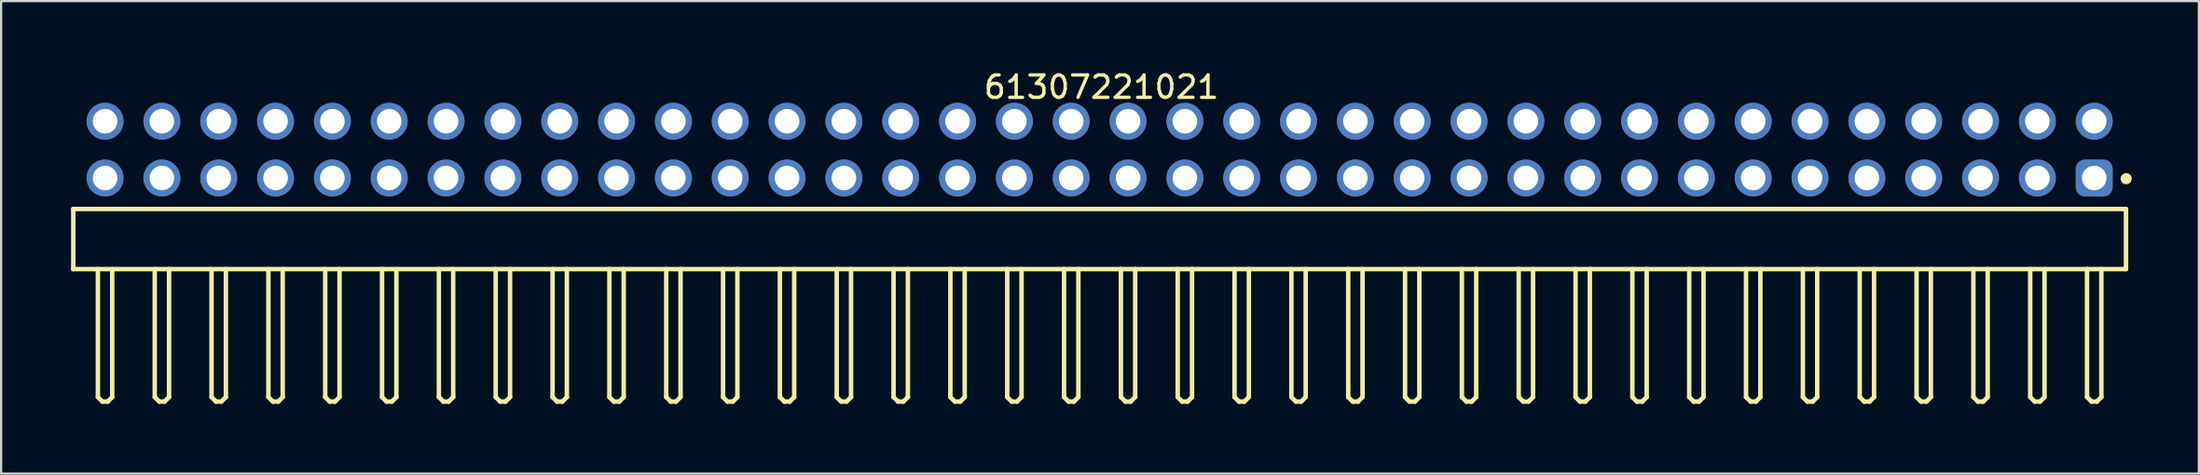
<source format=kicad_pcb>
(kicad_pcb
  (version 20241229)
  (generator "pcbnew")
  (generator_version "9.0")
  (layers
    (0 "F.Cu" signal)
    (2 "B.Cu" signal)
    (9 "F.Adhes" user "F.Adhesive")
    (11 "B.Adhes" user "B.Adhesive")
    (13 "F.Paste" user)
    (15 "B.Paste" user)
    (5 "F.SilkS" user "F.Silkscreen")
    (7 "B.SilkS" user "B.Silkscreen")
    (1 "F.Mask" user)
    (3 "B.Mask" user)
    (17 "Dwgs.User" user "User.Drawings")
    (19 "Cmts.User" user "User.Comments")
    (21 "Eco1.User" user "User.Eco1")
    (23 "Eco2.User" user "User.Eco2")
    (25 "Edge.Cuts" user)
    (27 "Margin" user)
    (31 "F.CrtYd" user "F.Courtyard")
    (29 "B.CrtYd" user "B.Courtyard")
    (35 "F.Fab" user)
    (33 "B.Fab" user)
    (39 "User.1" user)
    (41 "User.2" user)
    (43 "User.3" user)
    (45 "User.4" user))
  (footprint "61307221021"
    (layer "F.Cu")
    (at 46.095 7.643)
    (property "Reference" "61307221021" (at 0.08 -6.795 0) (layer "F.SilkS") (effects (font (size 1 1) (thickness 0.15))))
    (fp_line (start -45.87 -1.345) (end 45.87 -1.345) (stroke (width 0.2) (type solid)) (layer "F.SilkS"))
    (fp_line (start -45.87 1.345) (end -45.87 -1.345) (stroke (width 0.2) (type solid)) (layer "F.SilkS"))
    (fp_line (start -45.87 1.345) (end 45.87 1.345) (stroke (width 0.2) (type solid)) (layer "F.SilkS"))
    (fp_line (start -44.77 7.07) (end -44.77 1.345) (stroke (width 0.2) (type solid)) (layer "F.SilkS"))
    (fp_line (start -44.77 7.07) (end -44.57 7.27) (stroke (width 0.2) (type solid)) (layer "F.SilkS"))
    (fp_line (start -44.57 7.27) (end -44.33 7.27) (stroke (width 0.2) (type solid)) (layer "F.SilkS"))
    (fp_line (start -44.33 7.27) (end -44.13 7.07) (stroke (width 0.2) (type solid)) (layer "F.SilkS"))
    (fp_line (start -44.13 7.07) (end -44.13 1.345) (stroke (width 0.2) (type solid)) (layer "F.SilkS"))
    (fp_line (start -42.23 7.07) (end -42.23 1.345) (stroke (width 0.2) (type solid)) (layer "F.SilkS"))
    (fp_line (start -42.23 7.07) (end -42.03 7.27) (stroke (width 0.2) (type solid)) (layer "F.SilkS"))
    (fp_line (start -42.03 7.27) (end -41.79 7.27) (stroke (width 0.2) (type solid)) (layer "F.SilkS"))
    (fp_line (start -41.79 7.27) (end -41.59 7.07) (stroke (width 0.2) (type solid)) (layer "F.SilkS"))
    (fp_line (start -41.59 7.07) (end -41.59 1.345) (stroke (width 0.2) (type solid)) (layer "F.SilkS"))
    (fp_line (start -39.69 7.07) (end -39.69 1.345) (stroke (width 0.2) (type solid)) (layer "F.SilkS"))
    (fp_line (start -39.69 7.07) (end -39.49 7.27) (stroke (width 0.2) (type solid)) (layer "F.SilkS"))
    (fp_line (start -39.49 7.27) (end -39.25 7.27) (stroke (width 0.2) (type solid)) (layer "F.SilkS"))
    (fp_line (start -39.25 7.27) (end -39.05 7.07) (stroke (width 0.2) (type solid)) (layer "F.SilkS"))
    (fp_line (start -39.05 7.07) (end -39.05 1.345) (stroke (width 0.2) (type solid)) (layer "F.SilkS"))
    (fp_line (start -37.15 7.07) (end -37.15 1.345) (stroke (width 0.2) (type solid)) (layer "F.SilkS"))
    (fp_line (start -37.15 7.07) (end -36.95 7.27) (stroke (width 0.2) (type solid)) (layer "F.SilkS"))
    (fp_line (start -36.95 7.27) (end -36.71 7.27) (stroke (width 0.2) (type solid)) (layer "F.SilkS"))
    (fp_line (start -36.71 7.27) (end -36.51 7.07) (stroke (width 0.2) (type solid)) (layer "F.SilkS"))
    (fp_line (start -36.51 7.07) (end -36.51 1.345) (stroke (width 0.2) (type solid)) (layer "F.SilkS"))
    (fp_line (start -34.61 7.07) (end -34.61 1.345) (stroke (width 0.2) (type solid)) (layer "F.SilkS"))
    (fp_line (start -34.61 7.07) (end -34.41 7.27) (stroke (width 0.2) (type solid)) (layer "F.SilkS"))
    (fp_line (start -34.41 7.27) (end -34.17 7.27) (stroke (width 0.2) (type solid)) (layer "F.SilkS"))
    (fp_line (start -34.17 7.27) (end -33.97 7.07) (stroke (width 0.2) (type solid)) (layer "F.SilkS"))
    (fp_line (start -33.97 7.07) (end -33.97 1.345) (stroke (width 0.2) (type solid)) (layer "F.SilkS"))
    (fp_line (start -32.07 7.07) (end -32.07 1.345) (stroke (width 0.2) (type solid)) (layer "F.SilkS"))
    (fp_line (start -32.07 7.07) (end -31.87 7.27) (stroke (width 0.2) (type solid)) (layer "F.SilkS"))
    (fp_line (start -31.87 7.27) (end -31.63 7.27) (stroke (width 0.2) (type solid)) (layer "F.SilkS"))
    (fp_line (start -31.63 7.27) (end -31.43 7.07) (stroke (width 0.2) (type solid)) (layer "F.SilkS"))
    (fp_line (start -31.43 7.07) (end -31.43 1.345) (stroke (width 0.2) (type solid)) (layer "F.SilkS"))
    (fp_line (start -29.53 7.07) (end -29.53 1.345) (stroke (width 0.2) (type solid)) (layer "F.SilkS"))
    (fp_line (start -29.53 7.07) (end -29.33 7.27) (stroke (width 0.2) (type solid)) (layer "F.SilkS"))
    (fp_line (start -29.33 7.27) (end -29.09 7.27) (stroke (width 0.2) (type solid)) (layer "F.SilkS"))
    (fp_line (start -29.09 7.27) (end -28.89 7.07) (stroke (width 0.2) (type solid)) (layer "F.SilkS"))
    (fp_line (start -28.89 7.07) (end -28.89 1.345) (stroke (width 0.2) (type solid)) (layer "F.SilkS"))
    (fp_line (start -26.99 7.07) (end -26.99 1.345) (stroke (width 0.2) (type solid)) (layer "F.SilkS"))
    (fp_line (start -26.99 7.07) (end -26.79 7.27) (stroke (width 0.2) (type solid)) (layer "F.SilkS"))
    (fp_line (start -26.79 7.27) (end -26.55 7.27) (stroke (width 0.2) (type solid)) (layer "F.SilkS"))
    (fp_line (start -26.55 7.27) (end -26.35 7.07) (stroke (width 0.2) (type solid)) (layer "F.SilkS"))
    (fp_line (start -26.35 7.07) (end -26.35 1.345) (stroke (width 0.2) (type solid)) (layer "F.SilkS"))
    (fp_line (start -24.45 7.07) (end -24.45 1.345) (stroke (width 0.2) (type solid)) (layer "F.SilkS"))
    (fp_line (start -24.45 7.07) (end -24.25 7.27) (stroke (width 0.2) (type solid)) (layer "F.SilkS"))
    (fp_line (start -24.25 7.27) (end -24.01 7.27) (stroke (width 0.2) (type solid)) (layer "F.SilkS"))
    (fp_line (start -24.01 7.27) (end -23.81 7.07) (stroke (width 0.2) (type solid)) (layer "F.SilkS"))
    (fp_line (start -23.81 7.07) (end -23.81 1.345) (stroke (width 0.2) (type solid)) (layer "F.SilkS"))
    (fp_line (start -21.91 7.07) (end -21.91 1.345) (stroke (width 0.2) (type solid)) (layer "F.SilkS"))
    (fp_line (start -21.91 7.07) (end -21.71 7.27) (stroke (width 0.2) (type solid)) (layer "F.SilkS"))
    (fp_line (start -21.71 7.27) (end -21.47 7.27) (stroke (width 0.2) (type solid)) (layer "F.SilkS"))
    (fp_line (start -21.47 7.27) (end -21.27 7.07) (stroke (width 0.2) (type solid)) (layer "F.SilkS"))
    (fp_line (start -21.27 7.07) (end -21.27 1.345) (stroke (width 0.2) (type solid)) (layer "F.SilkS"))
    (fp_line (start -19.37 7.07) (end -19.37 1.345) (stroke (width 0.2) (type solid)) (layer "F.SilkS"))
    (fp_line (start -19.37 7.07) (end -19.17 7.27) (stroke (width 0.2) (type solid)) (layer "F.SilkS"))
    (fp_line (start -19.17 7.27) (end -18.93 7.27) (stroke (width 0.2) (type solid)) (layer "F.SilkS"))
    (fp_line (start -18.93 7.27) (end -18.73 7.07) (stroke (width 0.2) (type solid)) (layer "F.SilkS"))
    (fp_line (start -18.73 7.07) (end -18.73 1.345) (stroke (width 0.2) (type solid)) (layer "F.SilkS"))
    (fp_line (start -16.83 7.07) (end -16.83 1.345) (stroke (width 0.2) (type solid)) (layer "F.SilkS"))
    (fp_line (start -16.83 7.07) (end -16.63 7.27) (stroke (width 0.2) (type solid)) (layer "F.SilkS"))
    (fp_line (start -16.63 7.27) (end -16.39 7.27) (stroke (width 0.2) (type solid)) (layer "F.SilkS"))
    (fp_line (start -16.39 7.27) (end -16.19 7.07) (stroke (width 0.2) (type solid)) (layer "F.SilkS"))
    (fp_line (start -16.19 7.07) (end -16.19 1.345) (stroke (width 0.2) (type solid)) (layer "F.SilkS"))
    (fp_line (start -14.29 7.07) (end -14.29 1.345) (stroke (width 0.2) (type solid)) (layer "F.SilkS"))
    (fp_line (start -14.29 7.07) (end -14.09 7.27) (stroke (width 0.2) (type solid)) (layer "F.SilkS"))
    (fp_line (start -14.09 7.27) (end -13.85 7.27) (stroke (width 0.2) (type solid)) (layer "F.SilkS"))
    (fp_line (start -13.85 7.27) (end -13.65 7.07) (stroke (width 0.2) (type solid)) (layer "F.SilkS"))
    (fp_line (start -13.65 7.07) (end -13.65 1.345) (stroke (width 0.2) (type solid)) (layer "F.SilkS"))
    (fp_line (start -11.75 7.07) (end -11.75 1.345) (stroke (width 0.2) (type solid)) (layer "F.SilkS"))
    (fp_line (start -11.75 7.07) (end -11.55 7.27) (stroke (width 0.2) (type solid)) (layer "F.SilkS"))
    (fp_line (start -11.55 7.27) (end -11.31 7.27) (stroke (width 0.2) (type solid)) (layer "F.SilkS"))
    (fp_line (start -11.31 7.27) (end -11.11 7.07) (stroke (width 0.2) (type solid)) (layer "F.SilkS"))
    (fp_line (start -11.11 7.07) (end -11.11 1.345) (stroke (width 0.2) (type solid)) (layer "F.SilkS"))
    (fp_line (start -9.21 7.07) (end -9.21 1.345) (stroke (width 0.2) (type solid)) (layer "F.SilkS"))
    (fp_line (start -9.21 7.07) (end -9.01 7.27) (stroke (width 0.2) (type solid)) (layer "F.SilkS"))
    (fp_line (start -9.01 7.27) (end -8.77 7.27) (stroke (width 0.2) (type solid)) (layer "F.SilkS"))
    (fp_line (start -8.77 7.27) (end -8.57 7.07) (stroke (width 0.2) (type solid)) (layer "F.SilkS"))
    (fp_line (start -8.57 7.07) (end -8.57 1.345) (stroke (width 0.2) (type solid)) (layer "F.SilkS"))
    (fp_line (start -6.67 7.07) (end -6.67 1.345) (stroke (width 0.2) (type solid)) (layer "F.SilkS"))
    (fp_line (start -6.67 7.07) (end -6.47 7.27) (stroke (width 0.2) (type solid)) (layer "F.SilkS"))
    (fp_line (start -6.47 7.27) (end -6.23 7.27) (stroke (width 0.2) (type solid)) (layer "F.SilkS"))
    (fp_line (start -6.23 7.27) (end -6.03 7.07) (stroke (width 0.2) (type solid)) (layer "F.SilkS"))
    (fp_line (start -6.03 7.07) (end -6.03 1.345) (stroke (width 0.2) (type solid)) (layer "F.SilkS"))
    (fp_line (start -4.13 7.07) (end -4.13 1.345) (stroke (width 0.2) (type solid)) (layer "F.SilkS"))
    (fp_line (start -4.13 7.07) (end -3.93 7.27) (stroke (width 0.2) (type solid)) (layer "F.SilkS"))
    (fp_line (start -3.93 7.27) (end -3.69 7.27) (stroke (width 0.2) (type solid)) (layer "F.SilkS"))
    (fp_line (start -3.69 7.27) (end -3.49 7.07) (stroke (width 0.2) (type solid)) (layer "F.SilkS"))
    (fp_line (start -3.49 7.07) (end -3.49 1.345) (stroke (width 0.2) (type solid)) (layer "F.SilkS"))
    (fp_line (start -1.59 7.07) (end -1.59 1.345) (stroke (width 0.2) (type solid)) (layer "F.SilkS"))
    (fp_line (start -1.59 7.07) (end -1.39 7.27) (stroke (width 0.2) (type solid)) (layer "F.SilkS"))
    (fp_line (start -1.39 7.27) (end -1.15 7.27) (stroke (width 0.2) (type solid)) (layer "F.SilkS"))
    (fp_line (start -1.15 7.27) (end -0.95 7.07) (stroke (width 0.2) (type solid)) (layer "F.SilkS"))
    (fp_line (start -0.95 7.07) (end -0.95 1.345) (stroke (width 0.2) (type solid)) (layer "F.SilkS"))
    (fp_line (start 0.95 7.07) (end 0.95 1.345) (stroke (width 0.2) (type solid)) (layer "F.SilkS"))
    (fp_line (start 0.95 7.07) (end 1.15 7.27) (stroke (width 0.2) (type solid)) (layer "F.SilkS"))
    (fp_line (start 1.15 7.27) (end 1.39 7.27) (stroke (width 0.2) (type solid)) (layer "F.SilkS"))
    (fp_line (start 1.39 7.27) (end 1.59 7.07) (stroke (width 0.2) (type solid)) (layer "F.SilkS"))
    (fp_line (start 1.59 7.07) (end 1.59 1.345) (stroke (width 0.2) (type solid)) (layer "F.SilkS"))
    (fp_line (start 3.49 7.07) (end 3.49 1.345) (stroke (width 0.2) (type solid)) (layer "F.SilkS"))
    (fp_line (start 3.49 7.07) (end 3.69 7.27) (stroke (width 0.2) (type solid)) (layer "F.SilkS"))
    (fp_line (start 3.69 7.27) (end 3.93 7.27) (stroke (width 0.2) (type solid)) (layer "F.SilkS"))
    (fp_line (start 3.93 7.27) (end 4.13 7.07) (stroke (width 0.2) (type solid)) (layer "F.SilkS"))
    (fp_line (start 4.13 7.07) (end 4.13 1.345) (stroke (width 0.2) (type solid)) (layer "F.SilkS"))
    (fp_line (start 6.03 7.07) (end 6.03 1.345) (stroke (width 0.2) (type solid)) (layer "F.SilkS"))
    (fp_line (start 6.03 7.07) (end 6.23 7.27) (stroke (width 0.2) (type solid)) (layer "F.SilkS"))
    (fp_line (start 6.23 7.27) (end 6.47 7.27) (stroke (width 0.2) (type solid)) (layer "F.SilkS"))
    (fp_line (start 6.47 7.27) (end 6.67 7.07) (stroke (width 0.2) (type solid)) (layer "F.SilkS"))
    (fp_line (start 6.67 7.07) (end 6.67 1.345) (stroke (width 0.2) (type solid)) (layer "F.SilkS"))
    (fp_line (start 8.57 7.07) (end 8.57 1.345) (stroke (width 0.2) (type solid)) (layer "F.SilkS"))
    (fp_line (start 8.57 7.07) (end 8.77 7.27) (stroke (width 0.2) (type solid)) (layer "F.SilkS"))
    (fp_line (start 8.77 7.27) (end 9.01 7.27) (stroke (width 0.2) (type solid)) (layer "F.SilkS"))
    (fp_line (start 9.01 7.27) (end 9.21 7.07) (stroke (width 0.2) (type solid)) (layer "F.SilkS"))
    (fp_line (start 9.21 7.07) (end 9.21 1.345) (stroke (width 0.2) (type solid)) (layer "F.SilkS"))
    (fp_line (start 11.11 7.07) (end 11.11 1.345) (stroke (width 0.2) (type solid)) (layer "F.SilkS"))
    (fp_line (start 11.11 7.07) (end 11.31 7.27) (stroke (width 0.2) (type solid)) (layer "F.SilkS"))
    (fp_line (start 11.31 7.27) (end 11.55 7.27) (stroke (width 0.2) (type solid)) (layer "F.SilkS"))
    (fp_line (start 11.55 7.27) (end 11.75 7.07) (stroke (width 0.2) (type solid)) (layer "F.SilkS"))
    (fp_line (start 11.75 7.07) (end 11.75 1.345) (stroke (width 0.2) (type solid)) (layer "F.SilkS"))
    (fp_line (start 13.65 7.07) (end 13.65 1.345) (stroke (width 0.2) (type solid)) (layer "F.SilkS"))
    (fp_line (start 13.65 7.07) (end 13.85 7.27) (stroke (width 0.2) (type solid)) (layer "F.SilkS"))
    (fp_line (start 13.85 7.27) (end 14.09 7.27) (stroke (width 0.2) (type solid)) (layer "F.SilkS"))
    (fp_line (start 14.09 7.27) (end 14.29 7.07) (stroke (width 0.2) (type solid)) (layer "F.SilkS"))
    (fp_line (start 14.29 7.07) (end 14.29 1.345) (stroke (width 0.2) (type solid)) (layer "F.SilkS"))
    (fp_line (start 16.19 7.07) (end 16.19 1.345) (stroke (width 0.2) (type solid)) (layer "F.SilkS"))
    (fp_line (start 16.19 7.07) (end 16.39 7.27) (stroke (width 0.2) (type solid)) (layer "F.SilkS"))
    (fp_line (start 16.39 7.27) (end 16.63 7.27) (stroke (width 0.2) (type solid)) (layer "F.SilkS"))
    (fp_line (start 16.63 7.27) (end 16.83 7.07) (stroke (width 0.2) (type solid)) (layer "F.SilkS"))
    (fp_line (start 16.83 7.07) (end 16.83 1.345) (stroke (width 0.2) (type solid)) (layer "F.SilkS"))
    (fp_line (start 18.73 7.07) (end 18.73 1.345) (stroke (width 0.2) (type solid)) (layer "F.SilkS"))
    (fp_line (start 18.73 7.07) (end 18.93 7.27) (stroke (width 0.2) (type solid)) (layer "F.SilkS"))
    (fp_line (start 18.93 7.27) (end 19.17 7.27) (stroke (width 0.2) (type solid)) (layer "F.SilkS"))
    (fp_line (start 19.17 7.27) (end 19.37 7.07) (stroke (width 0.2) (type solid)) (layer "F.SilkS"))
    (fp_line (start 19.37 7.07) (end 19.37 1.345) (stroke (width 0.2) (type solid)) (layer "F.SilkS"))
    (fp_line (start 21.27 7.07) (end 21.27 1.345) (stroke (width 0.2) (type solid)) (layer "F.SilkS"))
    (fp_line (start 21.27 7.07) (end 21.47 7.27) (stroke (width 0.2) (type solid)) (layer "F.SilkS"))
    (fp_line (start 21.47 7.27) (end 21.71 7.27) (stroke (width 0.2) (type solid)) (layer "F.SilkS"))
    (fp_line (start 21.71 7.27) (end 21.91 7.07) (stroke (width 0.2) (type solid)) (layer "F.SilkS"))
    (fp_line (start 21.91 7.07) (end 21.91 1.345) (stroke (width 0.2) (type solid)) (layer "F.SilkS"))
    (fp_line (start 23.81 7.07) (end 23.81 1.345) (stroke (width 0.2) (type solid)) (layer "F.SilkS"))
    (fp_line (start 23.81 7.07) (end 24.01 7.27) (stroke (width 0.2) (type solid)) (layer "F.SilkS"))
    (fp_line (start 24.01 7.27) (end 24.25 7.27) (stroke (width 0.2) (type solid)) (layer "F.SilkS"))
    (fp_line (start 24.25 7.27) (end 24.45 7.07) (stroke (width 0.2) (type solid)) (layer "F.SilkS"))
    (fp_line (start 24.45 7.07) (end 24.45 1.345) (stroke (width 0.2) (type solid)) (layer "F.SilkS"))
    (fp_line (start 26.35 7.07) (end 26.35 1.345) (stroke (width 0.2) (type solid)) (layer "F.SilkS"))
    (fp_line (start 26.35 7.07) (end 26.55 7.27) (stroke (width 0.2) (type solid)) (layer "F.SilkS"))
    (fp_line (start 26.55 7.27) (end 26.79 7.27) (stroke (width 0.2) (type solid)) (layer "F.SilkS"))
    (fp_line (start 26.79 7.27) (end 26.99 7.07) (stroke (width 0.2) (type solid)) (layer "F.SilkS"))
    (fp_line (start 26.99 7.07) (end 26.99 1.345) (stroke (width 0.2) (type solid)) (layer "F.SilkS"))
    (fp_line (start 28.89 7.07) (end 28.89 1.345) (stroke (width 0.2) (type solid)) (layer "F.SilkS"))
    (fp_line (start 28.89 7.07) (end 29.09 7.27) (stroke (width 0.2) (type solid)) (layer "F.SilkS"))
    (fp_line (start 29.09 7.27) (end 29.33 7.27) (stroke (width 0.2) (type solid)) (layer "F.SilkS"))
    (fp_line (start 29.33 7.27) (end 29.53 7.07) (stroke (width 0.2) (type solid)) (layer "F.SilkS"))
    (fp_line (start 29.53 7.07) (end 29.53 1.345) (stroke (width 0.2) (type solid)) (layer "F.SilkS"))
    (fp_line (start 31.43 7.07) (end 31.43 1.345) (stroke (width 0.2) (type solid)) (layer "F.SilkS"))
    (fp_line (start 31.43 7.07) (end 31.63 7.27) (stroke (width 0.2) (type solid)) (layer "F.SilkS"))
    (fp_line (start 31.63 7.27) (end 31.87 7.27) (stroke (width 0.2) (type solid)) (layer "F.SilkS"))
    (fp_line (start 31.87 7.27) (end 32.07 7.07) (stroke (width 0.2) (type solid)) (layer "F.SilkS"))
    (fp_line (start 32.07 7.07) (end 32.07 1.345) (stroke (width 0.2) (type solid)) (layer "F.SilkS"))
    (fp_line (start 33.97 7.07) (end 33.97 1.345) (stroke (width 0.2) (type solid)) (layer "F.SilkS"))
    (fp_line (start 33.97 7.07) (end 34.17 7.27) (stroke (width 0.2) (type solid)) (layer "F.SilkS"))
    (fp_line (start 34.17 7.27) (end 34.41 7.27) (stroke (width 0.2) (type solid)) (layer "F.SilkS"))
    (fp_line (start 34.41 7.27) (end 34.61 7.07) (stroke (width 0.2) (type solid)) (layer "F.SilkS"))
    (fp_line (start 34.61 7.07) (end 34.61 1.345) (stroke (width 0.2) (type solid)) (layer "F.SilkS"))
    (fp_line (start 36.51 7.07) (end 36.51 1.345) (stroke (width 0.2) (type solid)) (layer "F.SilkS"))
    (fp_line (start 36.51 7.07) (end 36.71 7.27) (stroke (width 0.2) (type solid)) (layer "F.SilkS"))
    (fp_line (start 36.71 7.27) (end 36.95 7.27) (stroke (width 0.2) (type solid)) (layer "F.SilkS"))
    (fp_line (start 36.95 7.27) (end 37.15 7.07) (stroke (width 0.2) (type solid)) (layer "F.SilkS"))
    (fp_line (start 37.15 7.07) (end 37.15 1.345) (stroke (width 0.2) (type solid)) (layer "F.SilkS"))
    (fp_line (start 39.05 7.07) (end 39.05 1.345) (stroke (width 0.2) (type solid)) (layer "F.SilkS"))
    (fp_line (start 39.05 7.07) (end 39.25 7.27) (stroke (width 0.2) (type solid)) (layer "F.SilkS"))
    (fp_line (start 39.25 7.27) (end 39.49 7.27) (stroke (width 0.2) (type solid)) (layer "F.SilkS"))
    (fp_line (start 39.49 7.27) (end 39.69 7.07) (stroke (width 0.2) (type solid)) (layer "F.SilkS"))
    (fp_line (start 39.69 7.07) (end 39.69 1.345) (stroke (width 0.2) (type solid)) (layer "F.SilkS"))
    (fp_line (start 41.59 7.07) (end 41.59 1.345) (stroke (width 0.2) (type solid)) (layer "F.SilkS"))
    (fp_line (start 41.59 7.07) (end 41.79 7.27) (stroke (width 0.2) (type solid)) (layer "F.SilkS"))
    (fp_line (start 41.79 7.27) (end 42.03 7.27) (stroke (width 0.2) (type solid)) (layer "F.SilkS"))
    (fp_line (start 42.03 7.27) (end 42.23 7.07) (stroke (width 0.2) (type solid)) (layer "F.SilkS"))
    (fp_line (start 42.23 7.07) (end 42.23 1.345) (stroke (width 0.2) (type solid)) (layer "F.SilkS"))
    (fp_line (start 44.13 7.07) (end 44.13 1.345) (stroke (width 0.2) (type solid)) (layer "F.SilkS"))
    (fp_line (start 44.13 7.07) (end 44.33 7.27) (stroke (width 0.2) (type solid)) (layer "F.SilkS"))
    (fp_line (start 44.33 7.27) (end 44.57 7.27) (stroke (width 0.2) (type solid)) (layer "F.SilkS"))
    (fp_line (start 44.57 7.27) (end 44.77 7.07) (stroke (width 0.2) (type solid)) (layer "F.SilkS"))
    (fp_line (start 44.77 7.07) (end 44.77 1.345) (stroke (width 0.2) (type solid)) (layer "F.SilkS"))
    (fp_line (start 45.87 1.345) (end 45.87 -1.345) (stroke (width 0.2) (type solid)) (layer "F.SilkS"))
    (fp_circle (center 45.88 -2.7) (end 45.88 -2.825) (stroke (width 0.25) (type solid)) (fill no) (layer "F.SilkS"))
    (fp_line (start -46.07 -6.295) (end 46.07 -6.295) (stroke (width 0.05) (type solid)) (layer "Eco2.User"))
    (fp_line (start -46.07 7.47) (end -46.07 -6.295) (stroke (width 0.05) (type solid)) (layer "Eco2.User"))
    (fp_line (start -46.07 7.47) (end 46.07 7.47) (stroke (width 0.05) (type solid)) (layer "Eco2.User"))
    (fp_line (start -45.72 -1.27) (end 45.72 -1.27) (stroke (width 0.1) (type solid)) (layer "Eco2.User"))
    (fp_line (start -45.72 1.27) (end -45.72 -1.27) (stroke (width 0.1) (type solid)) (layer "Eco2.User"))
    (fp_line (start -45.72 1.27) (end 45.72 1.27) (stroke (width 0.1) (type solid)) (layer "Eco2.User"))
    (fp_line (start -44.77 -5.63) (end -44.13 -5.63) (stroke (width 0.1) (type solid)) (layer "Eco2.User"))
    (fp_line (start -44.77 -3.09) (end -44.13 -3.09) (stroke (width 0.1) (type solid)) (layer "Eco2.User"))
    (fp_line (start -44.77 -1.27) (end -44.77 -5.63) (stroke (width 0.1) (type solid)) (layer "Eco2.User"))
    (fp_line (start -44.77 7.07) (end -44.77 1.27) (stroke (width 0.1) (type solid)) (layer "Eco2.User"))
    (fp_line (start -44.77 7.07) (end -44.57 7.27) (stroke (width 0.1) (type solid)) (layer "Eco2.User"))
    (fp_line (start -44.57 7.27) (end -44.33 7.27) (stroke (width 0.1) (type solid)) (layer "Eco2.User"))
    (fp_line (start -44.33 7.27) (end -44.13 7.07) (stroke (width 0.1) (type solid)) (layer "Eco2.User"))
    (fp_line (start -44.13 -1.27) (end -44.13 -5.63) (stroke (width 0.1) (type solid)) (layer "Eco2.User"))
    (fp_line (start -44.13 7.07) (end -44.13 1.27) (stroke (width 0.1) (type solid)) (layer "Eco2.User"))
    (fp_line (start -42.23 -5.63) (end -41.59 -5.63) (stroke (width 0.1) (type solid)) (layer "Eco2.User"))
    (fp_line (start -42.23 -3.09) (end -41.59 -3.09) (stroke (width 0.1) (type solid)) (layer "Eco2.User"))
    (fp_line (start -42.23 -1.27) (end -42.23 -5.63) (stroke (width 0.1) (type solid)) (layer "Eco2.User"))
    (fp_line (start -42.23 7.07) (end -42.23 1.27) (stroke (width 0.1) (type solid)) (layer "Eco2.User"))
    (fp_line (start -42.23 7.07) (end -42.03 7.27) (stroke (width 0.1) (type solid)) (layer "Eco2.User"))
    (fp_line (start -42.03 7.27) (end -41.79 7.27) (stroke (width 0.1) (type solid)) (layer "Eco2.User"))
    (fp_line (start -41.79 7.27) (end -41.59 7.07) (stroke (width 0.1) (type solid)) (layer "Eco2.User"))
    (fp_line (start -41.59 -1.27) (end -41.59 -5.63) (stroke (width 0.1) (type solid)) (layer "Eco2.User"))
    (fp_line (start -41.59 7.07) (end -41.59 1.27) (stroke (width 0.1) (type solid)) (layer "Eco2.User"))
    (fp_line (start -39.69 -5.63) (end -39.05 -5.63) (stroke (width 0.1) (type solid)) (layer "Eco2.User"))
    (fp_line (start -39.69 -3.09) (end -39.05 -3.09) (stroke (width 0.1) (type solid)) (layer "Eco2.User"))
    (fp_line (start -39.69 -1.27) (end -39.69 -5.63) (stroke (width 0.1) (type solid)) (layer "Eco2.User"))
    (fp_line (start -39.69 7.07) (end -39.69 1.27) (stroke (width 0.1) (type solid)) (layer "Eco2.User"))
    (fp_line (start -39.69 7.07) (end -39.49 7.27) (stroke (width 0.1) (type solid)) (layer "Eco2.User"))
    (fp_line (start -39.49 7.27) (end -39.25 7.27) (stroke (width 0.1) (type solid)) (layer "Eco2.User"))
    (fp_line (start -39.25 7.27) (end -39.05 7.07) (stroke (width 0.1) (type solid)) (layer "Eco2.User"))
    (fp_line (start -39.05 -1.27) (end -39.05 -5.63) (stroke (width 0.1) (type solid)) (layer "Eco2.User"))
    (fp_line (start -39.05 7.07) (end -39.05 1.27) (stroke (width 0.1) (type solid)) (layer "Eco2.User"))
    (fp_line (start -37.15 -5.63) (end -36.51 -5.63) (stroke (width 0.1) (type solid)) (layer "Eco2.User"))
    (fp_line (start -37.15 -3.09) (end -36.51 -3.09) (stroke (width 0.1) (type solid)) (layer "Eco2.User"))
    (fp_line (start -37.15 -1.27) (end -37.15 -5.63) (stroke (width 0.1) (type solid)) (layer "Eco2.User"))
    (fp_line (start -37.15 7.07) (end -37.15 1.27) (stroke (width 0.1) (type solid)) (layer "Eco2.User"))
    (fp_line (start -37.15 7.07) (end -36.95 7.27) (stroke (width 0.1) (type solid)) (layer "Eco2.User"))
    (fp_line (start -36.95 7.27) (end -36.71 7.27) (stroke (width 0.1) (type solid)) (layer "Eco2.User"))
    (fp_line (start -36.71 7.27) (end -36.51 7.07) (stroke (width 0.1) (type solid)) (layer "Eco2.User"))
    (fp_line (start -36.51 -1.27) (end -36.51 -5.63) (stroke (width 0.1) (type solid)) (layer "Eco2.User"))
    (fp_line (start -36.51 7.07) (end -36.51 1.27) (stroke (width 0.1) (type solid)) (layer "Eco2.User"))
    (fp_line (start -34.61 -5.63) (end -33.97 -5.63) (stroke (width 0.1) (type solid)) (layer "Eco2.User"))
    (fp_line (start -34.61 -3.09) (end -33.97 -3.09) (stroke (width 0.1) (type solid)) (layer "Eco2.User"))
    (fp_line (start -34.61 -1.27) (end -34.61 -5.63) (stroke (width 0.1) (type solid)) (layer "Eco2.User"))
    (fp_line (start -34.61 7.07) (end -34.61 1.27) (stroke (width 0.1) (type solid)) (layer "Eco2.User"))
    (fp_line (start -34.61 7.07) (end -34.41 7.27) (stroke (width 0.1) (type solid)) (layer "Eco2.User"))
    (fp_line (start -34.41 7.27) (end -34.17 7.27) (stroke (width 0.1) (type solid)) (layer "Eco2.User"))
    (fp_line (start -34.17 7.27) (end -33.97 7.07) (stroke (width 0.1) (type solid)) (layer "Eco2.User"))
    (fp_line (start -33.97 -1.27) (end -33.97 -5.63) (stroke (width 0.1) (type solid)) (layer "Eco2.User"))
    (fp_line (start -33.97 7.07) (end -33.97 1.27) (stroke (width 0.1) (type solid)) (layer "Eco2.User"))
    (fp_line (start -32.07 -5.63) (end -31.43 -5.63) (stroke (width 0.1) (type solid)) (layer "Eco2.User"))
    (fp_line (start -32.07 -3.09) (end -31.43 -3.09) (stroke (width 0.1) (type solid)) (layer "Eco2.User"))
    (fp_line (start -32.07 -1.27) (end -32.07 -5.63) (stroke (width 0.1) (type solid)) (layer "Eco2.User"))
    (fp_line (start -32.07 7.07) (end -32.07 1.27) (stroke (width 0.1) (type solid)) (layer "Eco2.User"))
    (fp_line (start -32.07 7.07) (end -31.87 7.27) (stroke (width 0.1) (type solid)) (layer "Eco2.User"))
    (fp_line (start -31.87 7.27) (end -31.63 7.27) (stroke (width 0.1) (type solid)) (layer "Eco2.User"))
    (fp_line (start -31.63 7.27) (end -31.43 7.07) (stroke (width 0.1) (type solid)) (layer "Eco2.User"))
    (fp_line (start -31.43 -1.27) (end -31.43 -5.63) (stroke (width 0.1) (type solid)) (layer "Eco2.User"))
    (fp_line (start -31.43 7.07) (end -31.43 1.27) (stroke (width 0.1) (type solid)) (layer "Eco2.User"))
    (fp_line (start -29.53 -5.63) (end -28.89 -5.63) (stroke (width 0.1) (type solid)) (layer "Eco2.User"))
    (fp_line (start -29.53 -3.09) (end -28.89 -3.09) (stroke (width 0.1) (type solid)) (layer "Eco2.User"))
    (fp_line (start -29.53 -3.09) (end -28.89 -3.09) (stroke (width 0.1) (type solid)) (layer "Eco2.User"))
    (fp_line (start -29.53 -1.27) (end -29.53 -5.63) (stroke (width 0.1) (type solid)) (layer "Eco2.User"))
    (fp_line (start -29.53 7.07) (end -29.53 1.27) (stroke (width 0.1) (type solid)) (layer "Eco2.User"))
    (fp_line (start -29.53 7.07) (end -29.33 7.27) (stroke (width 0.1) (type solid)) (layer "Eco2.User"))
    (fp_line (start -29.33 7.27) (end -29.09 7.27) (stroke (width 0.1) (type solid)) (layer "Eco2.User"))
    (fp_line (start -29.09 7.27) (end -28.89 7.07) (stroke (width 0.1) (type solid)) (layer "Eco2.User"))
    (fp_line (start -28.89 -1.27) (end -28.89 -5.63) (stroke (width 0.1) (type solid)) (layer "Eco2.User"))
    (fp_line (start -28.89 7.07) (end -28.89 1.27) (stroke (width 0.1) (type solid)) (layer "Eco2.User"))
    (fp_line (start -26.99 -5.63) (end -26.35 -5.63) (stroke (width 0.1) (type solid)) (layer "Eco2.User"))
    (fp_line (start -26.99 -3.09) (end -26.35 -3.09) (stroke (width 0.1) (type solid)) (layer "Eco2.User"))
    (fp_line (start -26.99 -1.27) (end -26.99 -5.63) (stroke (width 0.1) (type solid)) (layer "Eco2.User"))
    (fp_line (start -26.99 7.07) (end -26.99 1.27) (stroke (width 0.1) (type solid)) (layer "Eco2.User"))
    (fp_line (start -26.99 7.07) (end -26.79 7.27) (stroke (width 0.1) (type solid)) (layer "Eco2.User"))
    (fp_line (start -26.79 7.27) (end -26.55 7.27) (stroke (width 0.1) (type solid)) (layer "Eco2.User"))
    (fp_line (start -26.55 7.27) (end -26.35 7.07) (stroke (width 0.1) (type solid)) (layer "Eco2.User"))
    (fp_line (start -26.35 -1.27) (end -26.35 -5.63) (stroke (width 0.1) (type solid)) (layer "Eco2.User"))
    (fp_line (start -26.35 7.07) (end -26.35 1.27) (stroke (width 0.1) (type solid)) (layer "Eco2.User"))
    (fp_line (start -24.45 -5.63) (end -23.81 -5.63) (stroke (width 0.1) (type solid)) (layer "Eco2.User"))
    (fp_line (start -24.45 -3.09) (end -23.81 -3.09) (stroke (width 0.1) (type solid)) (layer "Eco2.User"))
    (fp_line (start -24.45 -1.27) (end -24.45 -5.63) (stroke (width 0.1) (type solid)) (layer "Eco2.User"))
    (fp_line (start -24.45 7.07) (end -24.45 1.27) (stroke (width 0.1) (type solid)) (layer "Eco2.User"))
    (fp_line (start -24.45 7.07) (end -24.25 7.27) (stroke (width 0.1) (type solid)) (layer "Eco2.User"))
    (fp_line (start -24.25 7.27) (end -24.01 7.27) (stroke (width 0.1) (type solid)) (layer "Eco2.User"))
    (fp_line (start -24.01 7.27) (end -23.81 7.07) (stroke (width 0.1) (type solid)) (layer "Eco2.User"))
    (fp_line (start -23.81 -1.27) (end -23.81 -5.63) (stroke (width 0.1) (type solid)) (layer "Eco2.User"))
    (fp_line (start -23.81 7.07) (end -23.81 1.27) (stroke (width 0.1) (type solid)) (layer "Eco2.User"))
    (fp_line (start -21.91 -5.63) (end -21.27 -5.63) (stroke (width 0.1) (type solid)) (layer "Eco2.User"))
    (fp_line (start -21.91 -3.09) (end -21.27 -3.09) (stroke (width 0.1) (type solid)) (layer "Eco2.User"))
    (fp_line (start -21.91 -1.27) (end -21.91 -5.63) (stroke (width 0.1) (type solid)) (layer "Eco2.User"))
    (fp_line (start -21.91 7.07) (end -21.91 1.27) (stroke (width 0.1) (type solid)) (layer "Eco2.User"))
    (fp_line (start -21.91 7.07) (end -21.71 7.27) (stroke (width 0.1) (type solid)) (layer "Eco2.User"))
    (fp_line (start -21.71 7.27) (end -21.47 7.27) (stroke (width 0.1) (type solid)) (layer "Eco2.User"))
    (fp_line (start -21.47 7.27) (end -21.27 7.07) (stroke (width 0.1) (type solid)) (layer "Eco2.User"))
    (fp_line (start -21.27 -1.27) (end -21.27 -5.63) (stroke (width 0.1) (type solid)) (layer "Eco2.User"))
    (fp_line (start -21.27 7.07) (end -21.27 1.27) (stroke (width 0.1) (type solid)) (layer "Eco2.User"))
    (fp_line (start -19.37 -5.63) (end -18.73 -5.63) (stroke (width 0.1) (type solid)) (layer "Eco2.User"))
    (fp_line (start -19.37 -3.09) (end -18.73 -3.09) (stroke (width 0.1) (type solid)) (layer "Eco2.User"))
    (fp_line (start -19.37 -1.27) (end -19.37 -5.63) (stroke (width 0.1) (type solid)) (layer "Eco2.User"))
    (fp_line (start -19.37 7.07) (end -19.37 1.27) (stroke (width 0.1) (type solid)) (layer "Eco2.User"))
    (fp_line (start -19.37 7.07) (end -19.17 7.27) (stroke (width 0.1) (type solid)) (layer "Eco2.User"))
    (fp_line (start -19.17 7.27) (end -18.93 7.27) (stroke (width 0.1) (type solid)) (layer "Eco2.User"))
    (fp_line (start -18.93 7.27) (end -18.73 7.07) (stroke (width 0.1) (type solid)) (layer "Eco2.User"))
    (fp_line (start -18.73 -1.27) (end -18.73 -5.63) (stroke (width 0.1) (type solid)) (layer "Eco2.User"))
    (fp_line (start -18.73 7.07) (end -18.73 1.27) (stroke (width 0.1) (type solid)) (layer "Eco2.User"))
    (fp_line (start -16.83 -5.63) (end -16.19 -5.63) (stroke (width 0.1) (type solid)) (layer "Eco2.User"))
    (fp_line (start -16.83 -3.09) (end -16.19 -3.09) (stroke (width 0.1) (type solid)) (layer "Eco2.User"))
    (fp_line (start -16.83 -1.27) (end -16.83 -5.63) (stroke (width 0.1) (type solid)) (layer "Eco2.User"))
    (fp_line (start -16.83 7.07) (end -16.83 1.27) (stroke (width 0.1) (type solid)) (layer "Eco2.User"))
    (fp_line (start -16.83 7.07) (end -16.63 7.27) (stroke (width 0.1) (type solid)) (layer "Eco2.User"))
    (fp_line (start -16.63 7.27) (end -16.39 7.27) (stroke (width 0.1) (type solid)) (layer "Eco2.User"))
    (fp_line (start -16.39 7.27) (end -16.19 7.07) (stroke (width 0.1) (type solid)) (layer "Eco2.User"))
    (fp_line (start -16.19 -1.27) (end -16.19 -5.63) (stroke (width 0.1) (type solid)) (layer "Eco2.User"))
    (fp_line (start -16.19 7.07) (end -16.19 1.27) (stroke (width 0.1) (type solid)) (layer "Eco2.User"))
    (fp_line (start -14.29 -5.63) (end -13.65 -5.63) (stroke (width 0.1) (type solid)) (layer "Eco2.User"))
    (fp_line (start -14.29 -3.09) (end -13.65 -3.09) (stroke (width 0.1) (type solid)) (layer "Eco2.User"))
    (fp_line (start -14.29 -1.27) (end -14.29 -5.63) (stroke (width 0.1) (type solid)) (layer "Eco2.User"))
    (fp_line (start -14.29 7.07) (end -14.29 1.27) (stroke (width 0.1) (type solid)) (layer "Eco2.User"))
    (fp_line (start -14.29 7.07) (end -14.09 7.27) (stroke (width 0.1) (type solid)) (layer "Eco2.User"))
    (fp_line (start -14.09 7.27) (end -13.85 7.27) (stroke (width 0.1) (type solid)) (layer "Eco2.User"))
    (fp_line (start -13.85 7.27) (end -13.65 7.07) (stroke (width 0.1) (type solid)) (layer "Eco2.User"))
    (fp_line (start -13.65 -1.27) (end -13.65 -5.63) (stroke (width 0.1) (type solid)) (layer "Eco2.User"))
    (fp_line (start -13.65 7.07) (end -13.65 1.27) (stroke (width 0.1) (type solid)) (layer "Eco2.User"))
    (fp_line (start -11.75 -5.63) (end -11.11 -5.63) (stroke (width 0.1) (type solid)) (layer "Eco2.User"))
    (fp_line (start -11.75 -3.09) (end -11.11 -3.09) (stroke (width 0.1) (type solid)) (layer "Eco2.User"))
    (fp_line (start -11.75 -1.27) (end -11.75 -5.63) (stroke (width 0.1) (type solid)) (layer "Eco2.User"))
    (fp_line (start -11.75 7.07) (end -11.75 1.27) (stroke (width 0.1) (type solid)) (layer "Eco2.User"))
    (fp_line (start -11.75 7.07) (end -11.55 7.27) (stroke (width 0.1) (type solid)) (layer "Eco2.User"))
    (fp_line (start -11.55 7.27) (end -11.31 7.27) (stroke (width 0.1) (type solid)) (layer "Eco2.User"))
    (fp_line (start -11.31 7.27) (end -11.11 7.07) (stroke (width 0.1) (type solid)) (layer "Eco2.User"))
    (fp_line (start -11.11 -1.27) (end -11.11 -5.63) (stroke (width 0.1) (type solid)) (layer "Eco2.User"))
    (fp_line (start -11.11 7.07) (end -11.11 1.27) (stroke (width 0.1) (type solid)) (layer "Eco2.User"))
    (fp_line (start -9.21 -5.63) (end -8.57 -5.63) (stroke (width 0.1) (type solid)) (layer "Eco2.User"))
    (fp_line (start -9.21 -3.09) (end -8.57 -3.09) (stroke (width 0.1) (type solid)) (layer "Eco2.User"))
    (fp_line (start -9.21 -1.27) (end -9.21 -5.63) (stroke (width 0.1) (type solid)) (layer "Eco2.User"))
    (fp_line (start -9.21 7.07) (end -9.21 1.27) (stroke (width 0.1) (type solid)) (layer "Eco2.User"))
    (fp_line (start -9.21 7.07) (end -9.01 7.27) (stroke (width 0.1) (type solid)) (layer "Eco2.User"))
    (fp_line (start -9.01 7.27) (end -8.77 7.27) (stroke (width 0.1) (type solid)) (layer "Eco2.User"))
    (fp_line (start -8.77 7.27) (end -8.57 7.07) (stroke (width 0.1) (type solid)) (layer "Eco2.User"))
    (fp_line (start -8.57 -1.27) (end -8.57 -5.63) (stroke (width 0.1) (type solid)) (layer "Eco2.User"))
    (fp_line (start -8.57 7.07) (end -8.57 1.27) (stroke (width 0.1) (type solid)) (layer "Eco2.User"))
    (fp_line (start -6.67 -5.63) (end -6.03 -5.63) (stroke (width 0.1) (type solid)) (layer "Eco2.User"))
    (fp_line (start -6.67 -3.09) (end -6.03 -3.09) (stroke (width 0.1) (type solid)) (layer "Eco2.User"))
    (fp_line (start -6.67 -1.27) (end -6.67 -5.63) (stroke (width 0.1) (type solid)) (layer "Eco2.User"))
    (fp_line (start -6.67 7.07) (end -6.67 1.27) (stroke (width 0.1) (type solid)) (layer "Eco2.User"))
    (fp_line (start -6.67 7.07) (end -6.47 7.27) (stroke (width 0.1) (type solid)) (layer "Eco2.User"))
    (fp_line (start -6.47 7.27) (end -6.23 7.27) (stroke (width 0.1) (type solid)) (layer "Eco2.User"))
    (fp_line (start -6.23 7.27) (end -6.03 7.07) (stroke (width 0.1) (type solid)) (layer "Eco2.User"))
    (fp_line (start -6.03 -1.27) (end -6.03 -5.63) (stroke (width 0.1) (type solid)) (layer "Eco2.User"))
    (fp_line (start -6.03 7.07) (end -6.03 1.27) (stroke (width 0.1) (type solid)) (layer "Eco2.User"))
    (fp_line (start -4.13 -5.63) (end -3.49 -5.63) (stroke (width 0.1) (type solid)) (layer "Eco2.User"))
    (fp_line (start -4.13 -3.09) (end -3.49 -3.09) (stroke (width 0.1) (type solid)) (layer "Eco2.User"))
    (fp_line (start -4.13 -1.27) (end -4.13 -5.63) (stroke (width 0.1) (type solid)) (layer "Eco2.User"))
    (fp_line (start -4.13 7.07) (end -4.13 1.27) (stroke (width 0.1) (type solid)) (layer "Eco2.User"))
    (fp_line (start -4.13 7.07) (end -3.93 7.27) (stroke (width 0.1) (type solid)) (layer "Eco2.User"))
    (fp_line (start -3.93 7.27) (end -3.69 7.27) (stroke (width 0.1) (type solid)) (layer "Eco2.User"))
    (fp_line (start -3.69 7.27) (end -3.49 7.07) (stroke (width 0.1) (type solid)) (layer "Eco2.User"))
    (fp_line (start -3.49 -1.27) (end -3.49 -5.63) (stroke (width 0.1) (type solid)) (layer "Eco2.User"))
    (fp_line (start -3.49 7.07) (end -3.49 1.27) (stroke (width 0.1) (type solid)) (layer "Eco2.User"))
    (fp_line (start -1.59 -5.63) (end -0.95 -5.63) (stroke (width 0.1) (type solid)) (layer "Eco2.User"))
    (fp_line (start -1.59 -3.09) (end -0.95 -3.09) (stroke (width 0.1) (type solid)) (layer "Eco2.User"))
    (fp_line (start -1.59 -1.27) (end -1.59 -5.63) (stroke (width 0.1) (type solid)) (layer "Eco2.User"))
    (fp_line (start -1.59 7.07) (end -1.59 1.27) (stroke (width 0.1) (type solid)) (layer "Eco2.User"))
    (fp_line (start -1.59 7.07) (end -1.39 7.27) (stroke (width 0.1) (type solid)) (layer "Eco2.User"))
    (fp_line (start -1.39 7.27) (end -1.15 7.27) (stroke (width 0.1) (type solid)) (layer "Eco2.User"))
    (fp_line (start -1.15 7.27) (end -0.95 7.07) (stroke (width 0.1) (type solid)) (layer "Eco2.User"))
    (fp_line (start -0.95 -1.27) (end -0.95 -5.63) (stroke (width 0.1) (type solid)) (layer "Eco2.User"))
    (fp_line (start -0.95 7.07) (end -0.95 1.27) (stroke (width 0.1) (type solid)) (layer "Eco2.User"))
    (fp_line (start -0.5 0) (end 0.5 0) (stroke (width 0.05) (type solid)) (layer "Eco2.User"))
    (fp_line (start 0 0.5) (end 0 -0.5) (stroke (width 0.05) (type solid)) (layer "Eco2.User"))
    (fp_line (start 0.95 -5.63) (end 1.59 -5.63) (stroke (width 0.1) (type solid)) (layer "Eco2.User"))
    (fp_line (start 0.95 -3.09) (end 1.59 -3.09) (stroke (width 0.1) (type solid)) (layer "Eco2.User"))
    (fp_line (start 0.95 -1.27) (end 0.95 -5.63) (stroke (width 0.1) (type solid)) (layer "Eco2.User"))
    (fp_line (start 0.95 7.07) (end 0.95 1.27) (stroke (width 0.1) (type solid)) (layer "Eco2.User"))
    (fp_line (start 0.95 7.07) (end 1.15 7.27) (stroke (width 0.1) (type solid)) (layer "Eco2.User"))
    (fp_line (start 1.15 7.27) (end 1.39 7.27) (stroke (width 0.1) (type solid)) (layer "Eco2.User"))
    (fp_line (start 1.39 7.27) (end 1.59 7.07) (stroke (width 0.1) (type solid)) (layer "Eco2.User"))
    (fp_line (start 1.59 -1.27) (end 1.59 -5.63) (stroke (width 0.1) (type solid)) (layer "Eco2.User"))
    (fp_line (start 1.59 7.07) (end 1.59 1.27) (stroke (width 0.1) (type solid)) (layer "Eco2.User"))
    (fp_line (start 3.49 -5.63) (end 4.13 -5.63) (stroke (width 0.1) (type solid)) (layer "Eco2.User"))
    (fp_line (start 3.49 -3.09) (end 4.13 -3.09) (stroke (width 0.1) (type solid)) (layer "Eco2.User"))
    (fp_line (start 3.49 -1.27) (end 3.49 -5.63) (stroke (width 0.1) (type solid)) (layer "Eco2.User"))
    (fp_line (start 3.49 7.07) (end 3.49 1.27) (stroke (width 0.1) (type solid)) (layer "Eco2.User"))
    (fp_line (start 3.49 7.07) (end 3.69 7.27) (stroke (width 0.1) (type solid)) (layer "Eco2.User"))
    (fp_line (start 3.69 7.27) (end 3.93 7.27) (stroke (width 0.1) (type solid)) (layer "Eco2.User"))
    (fp_line (start 3.93 7.27) (end 4.13 7.07) (stroke (width 0.1) (type solid)) (layer "Eco2.User"))
    (fp_line (start 4.13 -1.27) (end 4.13 -5.63) (stroke (width 0.1) (type solid)) (layer "Eco2.User"))
    (fp_line (start 4.13 7.07) (end 4.13 1.27) (stroke (width 0.1) (type solid)) (layer "Eco2.User"))
    (fp_line (start 6.03 -5.63) (end 6.67 -5.63) (stroke (width 0.1) (type solid)) (layer "Eco2.User"))
    (fp_line (start 6.03 -3.09) (end 6.67 -3.09) (stroke (width 0.1) (type solid)) (layer "Eco2.User"))
    (fp_line (start 6.03 -1.27) (end 6.03 -5.63) (stroke (width 0.1) (type solid)) (layer "Eco2.User"))
    (fp_line (start 6.03 7.07) (end 6.03 1.27) (stroke (width 0.1) (type solid)) (layer "Eco2.User"))
    (fp_line (start 6.03 7.07) (end 6.23 7.27) (stroke (width 0.1) (type solid)) (layer "Eco2.User"))
    (fp_line (start 6.23 7.27) (end 6.47 7.27) (stroke (width 0.1) (type solid)) (layer "Eco2.User"))
    (fp_line (start 6.47 7.27) (end 6.67 7.07) (stroke (width 0.1) (type solid)) (layer "Eco2.User"))
    (fp_line (start 6.67 -1.27) (end 6.67 -5.63) (stroke (width 0.1) (type solid)) (layer "Eco2.User"))
    (fp_line (start 6.67 7.07) (end 6.67 1.27) (stroke (width 0.1) (type solid)) (layer "Eco2.User"))
    (fp_line (start 8.57 -5.63) (end 9.21 -5.63) (stroke (width 0.1) (type solid)) (layer "Eco2.User"))
    (fp_line (start 8.57 -3.09) (end 9.21 -3.09) (stroke (width 0.1) (type solid)) (layer "Eco2.User"))
    (fp_line (start 8.57 -1.27) (end 8.57 -5.63) (stroke (width 0.1) (type solid)) (layer "Eco2.User"))
    (fp_line (start 8.57 7.07) (end 8.57 1.27) (stroke (width 0.1) (type solid)) (layer "Eco2.User"))
    (fp_line (start 8.57 7.07) (end 8.77 7.27) (stroke (width 0.1) (type solid)) (layer "Eco2.User"))
    (fp_line (start 8.77 7.27) (end 9.01 7.27) (stroke (width 0.1) (type solid)) (layer "Eco2.User"))
    (fp_line (start 9.01 7.27) (end 9.21 7.07) (stroke (width 0.1) (type solid)) (layer "Eco2.User"))
    (fp_line (start 9.21 -1.27) (end 9.21 -5.63) (stroke (width 0.1) (type solid)) (layer "Eco2.User"))
    (fp_line (start 9.21 7.07) (end 9.21 1.27) (stroke (width 0.1) (type solid)) (layer "Eco2.User"))
    (fp_line (start 11.11 -5.63) (end 11.75 -5.63) (stroke (width 0.1) (type solid)) (layer "Eco2.User"))
    (fp_line (start 11.11 -3.09) (end 11.75 -3.09) (stroke (width 0.1) (type solid)) (layer "Eco2.User"))
    (fp_line (start 11.11 -1.27) (end 11.11 -5.63) (stroke (width 0.1) (type solid)) (layer "Eco2.User"))
    (fp_line (start 11.11 7.07) (end 11.11 1.27) (stroke (width 0.1) (type solid)) (layer "Eco2.User"))
    (fp_line (start 11.11 7.07) (end 11.31 7.27) (stroke (width 0.1) (type solid)) (layer "Eco2.User"))
    (fp_line (start 11.31 7.27) (end 11.55 7.27) (stroke (width 0.1) (type solid)) (layer "Eco2.User"))
    (fp_line (start 11.55 7.27) (end 11.75 7.07) (stroke (width 0.1) (type solid)) (layer "Eco2.User"))
    (fp_line (start 11.75 -1.27) (end 11.75 -5.63) (stroke (width 0.1) (type solid)) (layer "Eco2.User"))
    (fp_line (start 11.75 7.07) (end 11.75 1.27) (stroke (width 0.1) (type solid)) (layer "Eco2.User"))
    (fp_line (start 13.65 -5.63) (end 14.29 -5.63) (stroke (width 0.1) (type solid)) (layer "Eco2.User"))
    (fp_line (start 13.65 -3.09) (end 14.29 -3.09) (stroke (width 0.1) (type solid)) (layer "Eco2.User"))
    (fp_line (start 13.65 -1.27) (end 13.65 -5.63) (stroke (width 0.1) (type solid)) (layer "Eco2.User"))
    (fp_line (start 13.65 7.07) (end 13.65 1.27) (stroke (width 0.1) (type solid)) (layer "Eco2.User"))
    (fp_line (start 13.65 7.07) (end 13.85 7.27) (stroke (width 0.1) (type solid)) (layer "Eco2.User"))
    (fp_line (start 13.85 7.27) (end 14.09 7.27) (stroke (width 0.1) (type solid)) (layer "Eco2.User"))
    (fp_line (start 14.09 7.27) (end 14.29 7.07) (stroke (width 0.1) (type solid)) (layer "Eco2.User"))
    (fp_line (start 14.29 -1.27) (end 14.29 -5.63) (stroke (width 0.1) (type solid)) (layer "Eco2.User"))
    (fp_line (start 14.29 7.07) (end 14.29 1.27) (stroke (width 0.1) (type solid)) (layer "Eco2.User"))
    (fp_line (start 16.19 -5.63) (end 16.83 -5.63) (stroke (width 0.1) (type solid)) (layer "Eco2.User"))
    (fp_line (start 16.19 -3.09) (end 16.83 -3.09) (stroke (width 0.1) (type solid)) (layer "Eco2.User"))
    (fp_line (start 16.19 -1.27) (end 16.19 -5.63) (stroke (width 0.1) (type solid)) (layer "Eco2.User"))
    (fp_line (start 16.19 7.07) (end 16.19 1.27) (stroke (width 0.1) (type solid)) (layer "Eco2.User"))
    (fp_line (start 16.19 7.07) (end 16.39 7.27) (stroke (width 0.1) (type solid)) (layer "Eco2.User"))
    (fp_line (start 16.39 7.27) (end 16.63 7.27) (stroke (width 0.1) (type solid)) (layer "Eco2.User"))
    (fp_line (start 16.63 7.27) (end 16.83 7.07) (stroke (width 0.1) (type solid)) (layer "Eco2.User"))
    (fp_line (start 16.83 -1.27) (end 16.83 -5.63) (stroke (width 0.1) (type solid)) (layer "Eco2.User"))
    (fp_line (start 16.83 7.07) (end 16.83 1.27) (stroke (width 0.1) (type solid)) (layer "Eco2.User"))
    (fp_line (start 18.73 -5.63) (end 19.37 -5.63) (stroke (width 0.1) (type solid)) (layer "Eco2.User"))
    (fp_line (start 18.73 -3.09) (end 19.37 -3.09) (stroke (width 0.1) (type solid)) (layer "Eco2.User"))
    (fp_line (start 18.73 -1.27) (end 18.73 -5.63) (stroke (width 0.1) (type solid)) (layer "Eco2.User"))
    (fp_line (start 18.73 7.07) (end 18.73 1.27) (stroke (width 0.1) (type solid)) (layer "Eco2.User"))
    (fp_line (start 18.73 7.07) (end 18.93 7.27) (stroke (width 0.1) (type solid)) (layer "Eco2.User"))
    (fp_line (start 18.93 7.27) (end 19.17 7.27) (stroke (width 0.1) (type solid)) (layer "Eco2.User"))
    (fp_line (start 19.17 7.27) (end 19.37 7.07) (stroke (width 0.1) (type solid)) (layer "Eco2.User"))
    (fp_line (start 19.37 -1.27) (end 19.37 -5.63) (stroke (width 0.1) (type solid)) (layer "Eco2.User"))
    (fp_line (start 19.37 7.07) (end 19.37 1.27) (stroke (width 0.1) (type solid)) (layer "Eco2.User"))
    (fp_line (start 21.27 -5.63) (end 21.91 -5.63) (stroke (width 0.1) (type solid)) (layer "Eco2.User"))
    (fp_line (start 21.27 -3.09) (end 21.91 -3.09) (stroke (width 0.1) (type solid)) (layer "Eco2.User"))
    (fp_line (start 21.27 -1.27) (end 21.27 -5.63) (stroke (width 0.1) (type solid)) (layer "Eco2.User"))
    (fp_line (start 21.27 7.07) (end 21.27 1.27) (stroke (width 0.1) (type solid)) (layer "Eco2.User"))
    (fp_line (start 21.27 7.07) (end 21.47 7.27) (stroke (width 0.1) (type solid)) (layer "Eco2.User"))
    (fp_line (start 21.47 7.27) (end 21.71 7.27) (stroke (width 0.1) (type solid)) (layer "Eco2.User"))
    (fp_line (start 21.71 7.27) (end 21.91 7.07) (stroke (width 0.1) (type solid)) (layer "Eco2.User"))
    (fp_line (start 21.91 -1.27) (end 21.91 -5.63) (stroke (width 0.1) (type solid)) (layer "Eco2.User"))
    (fp_line (start 21.91 7.07) (end 21.91 1.27) (stroke (width 0.1) (type solid)) (layer "Eco2.User"))
    (fp_line (start 23.81 -5.63) (end 24.45 -5.63) (stroke (width 0.1) (type solid)) (layer "Eco2.User"))
    (fp_line (start 23.81 -3.09) (end 24.45 -3.09) (stroke (width 0.1) (type solid)) (layer "Eco2.User"))
    (fp_line (start 23.81 -1.27) (end 23.81 -5.63) (stroke (width 0.1) (type solid)) (layer "Eco2.User"))
    (fp_line (start 23.81 7.07) (end 23.81 1.27) (stroke (width 0.1) (type solid)) (layer "Eco2.User"))
    (fp_line (start 23.81 7.07) (end 24.01 7.27) (stroke (width 0.1) (type solid)) (layer "Eco2.User"))
    (fp_line (start 24.01 7.27) (end 24.25 7.27) (stroke (width 0.1) (type solid)) (layer "Eco2.User"))
    (fp_line (start 24.25 7.27) (end 24.45 7.07) (stroke (width 0.1) (type solid)) (layer "Eco2.User"))
    (fp_line (start 24.45 -1.27) (end 24.45 -5.63) (stroke (width 0.1) (type solid)) (layer "Eco2.User"))
    (fp_line (start 24.45 7.07) (end 24.45 1.27) (stroke (width 0.1) (type solid)) (layer "Eco2.User"))
    (fp_line (start 26.35 -5.63) (end 26.99 -5.63) (stroke (width 0.1) (type solid)) (layer "Eco2.User"))
    (fp_line (start 26.35 -3.09) (end 26.99 -3.09) (stroke (width 0.1) (type solid)) (layer "Eco2.User"))
    (fp_line (start 26.35 -1.27) (end 26.35 -5.63) (stroke (width 0.1) (type solid)) (layer "Eco2.User"))
    (fp_line (start 26.35 7.07) (end 26.35 1.27) (stroke (width 0.1) (type solid)) (layer "Eco2.User"))
    (fp_line (start 26.35 7.07) (end 26.55 7.27) (stroke (width 0.1) (type solid)) (layer "Eco2.User"))
    (fp_line (start 26.55 7.27) (end 26.79 7.27) (stroke (width 0.1) (type solid)) (layer "Eco2.User"))
    (fp_line (start 26.79 7.27) (end 26.99 7.07) (stroke (width 0.1) (type solid)) (layer "Eco2.User"))
    (fp_line (start 26.99 -1.27) (end 26.99 -5.63) (stroke (width 0.1) (type solid)) (layer "Eco2.User"))
    (fp_line (start 26.99 7.07) (end 26.99 1.27) (stroke (width 0.1) (type solid)) (layer "Eco2.User"))
    (fp_line (start 28.89 -5.63) (end 29.53 -5.63) (stroke (width 0.1) (type solid)) (layer "Eco2.User"))
    (fp_line (start 28.89 -3.09) (end 29.53 -3.09) (stroke (width 0.1) (type solid)) (layer "Eco2.User"))
    (fp_line (start 28.89 -1.27) (end 28.89 -5.63) (stroke (width 0.1) (type solid)) (layer "Eco2.User"))
    (fp_line (start 28.89 7.07) (end 28.89 1.27) (stroke (width 0.1) (type solid)) (layer "Eco2.User"))
    (fp_line (start 28.89 7.07) (end 29.09 7.27) (stroke (width 0.1) (type solid)) (layer "Eco2.User"))
    (fp_line (start 29.09 7.27) (end 29.33 7.27) (stroke (width 0.1) (type solid)) (layer "Eco2.User"))
    (fp_line (start 29.33 7.27) (end 29.53 7.07) (stroke (width 0.1) (type solid)) (layer "Eco2.User"))
    (fp_line (start 29.53 -1.27) (end 29.53 -5.63) (stroke (width 0.1) (type solid)) (layer "Eco2.User"))
    (fp_line (start 29.53 7.07) (end 29.53 1.27) (stroke (width 0.1) (type solid)) (layer "Eco2.User"))
    (fp_line (start 31.43 -5.63) (end 32.07 -5.63) (stroke (width 0.1) (type solid)) (layer "Eco2.User"))
    (fp_line (start 31.43 -3.09) (end 32.07 -3.09) (stroke (width 0.1) (type solid)) (layer "Eco2.User"))
    (fp_line (start 31.43 -1.27) (end 31.43 -5.63) (stroke (width 0.1) (type solid)) (layer "Eco2.User"))
    (fp_line (start 31.43 7.07) (end 31.43 1.27) (stroke (width 0.1) (type solid)) (layer "Eco2.User"))
    (fp_line (start 31.43 7.07) (end 31.63 7.27) (stroke (width 0.1) (type solid)) (layer "Eco2.User"))
    (fp_line (start 31.63 7.27) (end 31.87 7.27) (stroke (width 0.1) (type solid)) (layer "Eco2.User"))
    (fp_line (start 31.87 7.27) (end 32.07 7.07) (stroke (width 0.1) (type solid)) (layer "Eco2.User"))
    (fp_line (start 32.07 -1.27) (end 32.07 -5.63) (stroke (width 0.1) (type solid)) (layer "Eco2.User"))
    (fp_line (start 32.07 7.07) (end 32.07 1.27) (stroke (width 0.1) (type solid)) (layer "Eco2.User"))
    (fp_line (start 33.97 -5.63) (end 34.61 -5.63) (stroke (width 0.1) (type solid)) (layer "Eco2.User"))
    (fp_line (start 33.97 -3.09) (end 34.61 -3.09) (stroke (width 0.1) (type solid)) (layer "Eco2.User"))
    (fp_line (start 33.97 -1.27) (end 33.97 -5.63) (stroke (width 0.1) (type solid)) (layer "Eco2.User"))
    (fp_line (start 33.97 7.07) (end 33.97 1.27) (stroke (width 0.1) (type solid)) (layer "Eco2.User"))
    (fp_line (start 33.97 7.07) (end 34.17 7.27) (stroke (width 0.1) (type solid)) (layer "Eco2.User"))
    (fp_line (start 34.17 7.27) (end 34.41 7.27) (stroke (width 0.1) (type solid)) (layer "Eco2.User"))
    (fp_line (start 34.41 7.27) (end 34.61 7.07) (stroke (width 0.1) (type solid)) (layer "Eco2.User"))
    (fp_line (start 34.61 -1.27) (end 34.61 -5.63) (stroke (width 0.1) (type solid)) (layer "Eco2.User"))
    (fp_line (start 34.61 7.07) (end 34.61 1.27) (stroke (width 0.1) (type solid)) (layer "Eco2.User"))
    (fp_line (start 36.51 -5.63) (end 37.15 -5.63) (stroke (width 0.1) (type solid)) (layer "Eco2.User"))
    (fp_line (start 36.51 -3.09) (end 37.15 -3.09) (stroke (width 0.1) (type solid)) (layer "Eco2.User"))
    (fp_line (start 36.51 -1.27) (end 36.51 -5.63) (stroke (width 0.1) (type solid)) (layer "Eco2.User"))
    (fp_line (start 36.51 7.07) (end 36.51 1.27) (stroke (width 0.1) (type solid)) (layer "Eco2.User"))
    (fp_line (start 36.51 7.07) (end 36.71 7.27) (stroke (width 0.1) (type solid)) (layer "Eco2.User"))
    (fp_line (start 36.71 7.27) (end 36.95 7.27) (stroke (width 0.1) (type solid)) (layer "Eco2.User"))
    (fp_line (start 36.95 7.27) (end 37.15 7.07) (stroke (width 0.1) (type solid)) (layer "Eco2.User"))
    (fp_line (start 37.15 -1.27) (end 37.15 -5.63) (stroke (width 0.1) (type solid)) (layer "Eco2.User"))
    (fp_line (start 37.15 7.07) (end 37.15 1.27) (stroke (width 0.1) (type solid)) (layer "Eco2.User"))
    (fp_line (start 39.05 -5.63) (end 39.69 -5.63) (stroke (width 0.1) (type solid)) (layer "Eco2.User"))
    (fp_line (start 39.05 -3.09) (end 39.69 -3.09) (stroke (width 0.1) (type solid)) (layer "Eco2.User"))
    (fp_line (start 39.05 -1.27) (end 39.05 -5.63) (stroke (width 0.1) (type solid)) (layer "Eco2.User"))
    (fp_line (start 39.05 7.07) (end 39.05 1.27) (stroke (width 0.1) (type solid)) (layer "Eco2.User"))
    (fp_line (start 39.05 7.07) (end 39.25 7.27) (stroke (width 0.1) (type solid)) (layer "Eco2.User"))
    (fp_line (start 39.25 7.27) (end 39.49 7.27) (stroke (width 0.1) (type solid)) (layer "Eco2.User"))
    (fp_line (start 39.49 7.27) (end 39.69 7.07) (stroke (width 0.1) (type solid)) (layer "Eco2.User"))
    (fp_line (start 39.69 -1.27) (end 39.69 -5.63) (stroke (width 0.1) (type solid)) (layer "Eco2.User"))
    (fp_line (start 39.69 7.07) (end 39.69 1.27) (stroke (width 0.1) (type solid)) (layer "Eco2.User"))
    (fp_line (start 41.59 -5.63) (end 42.23 -5.63) (stroke (width 0.1) (type solid)) (layer "Eco2.User"))
    (fp_line (start 41.59 -3.09) (end 42.23 -3.09) (stroke (width 0.1) (type solid)) (layer "Eco2.User"))
    (fp_line (start 41.59 -1.27) (end 41.59 -5.63) (stroke (width 0.1) (type solid)) (layer "Eco2.User"))
    (fp_line (start 41.59 7.07) (end 41.59 1.27) (stroke (width 0.1) (type solid)) (layer "Eco2.User"))
    (fp_line (start 41.59 7.07) (end 41.79 7.27) (stroke (width 0.1) (type solid)) (layer "Eco2.User"))
    (fp_line (start 41.79 7.27) (end 42.03 7.27) (stroke (width 0.1) (type solid)) (layer "Eco2.User"))
    (fp_line (start 42.03 7.27) (end 42.23 7.07) (stroke (width 0.1) (type solid)) (layer "Eco2.User"))
    (fp_line (start 42.23 -1.27) (end 42.23 -5.63) (stroke (width 0.1) (type solid)) (layer "Eco2.User"))
    (fp_line (start 42.23 7.07) (end 42.23 1.27) (stroke (width 0.1) (type solid)) (layer "Eco2.User"))
    (fp_line (start 44.13 -5.63) (end 44.77 -5.63) (stroke (width 0.1) (type solid)) (layer "Eco2.User"))
    (fp_line (start 44.13 -3.09) (end 44.77 -3.09) (stroke (width 0.1) (type solid)) (layer "Eco2.User"))
    (fp_line (start 44.13 -1.27) (end 44.13 -5.63) (stroke (width 0.1) (type solid)) (layer "Eco2.User"))
    (fp_line (start 44.13 7.07) (end 44.13 1.27) (stroke (width 0.1) (type solid)) (layer "Eco2.User"))
    (fp_line (start 44.13 7.07) (end 44.33 7.27) (stroke (width 0.1) (type solid)) (layer "Eco2.User"))
    (fp_line (start 44.33 7.27) (end 44.57 7.27) (stroke (width 0.1) (type solid)) (layer "Eco2.User"))
    (fp_line (start 44.57 7.27) (end 44.77 7.07) (stroke (width 0.1) (type solid)) (layer "Eco2.User"))
    (fp_line (start 44.77 -1.27) (end 44.77 -5.63) (stroke (width 0.1) (type solid)) (layer "Eco2.User"))
    (fp_line (start 44.77 7.07) (end 44.77 1.27) (stroke (width 0.1) (type solid)) (layer "Eco2.User"))
    (fp_line (start 45.72 1.27) (end 45.72 -1.27) (stroke (width 0.1) (type solid)) (layer "Eco2.User"))
    (fp_line (start 46.07 7.47) (end 46.07 -6.295) (stroke (width 0.05) (type solid)) (layer "Eco2.User"))
    (fp_text user "${REFERENCE}" (at 0.15 -0.197 0) (unlocked yes) (layer "User.3") (effects (font (size 1.5 1.5) (thickness 0.15))))
    (pad "1" thru_hole roundrect (at 44.45 -2.73) (size 1.65 1.65) (drill 1.1) (layers "*.Cu" "*.Mask") (roundrect_rratio 0.25))
    (pad "2" thru_hole circle (at 44.45 -5.27) (size 1.65 1.65) (drill 1.1) (layers "*.Cu" "*.Mask"))
    (pad "3" thru_hole circle (at 41.91 -2.73) (size 1.65 1.65) (drill 1.1) (layers "*.Cu" "*.Mask"))
    (pad "4" thru_hole circle (at 41.91 -5.27) (size 1.65 1.65) (drill 1.1) (layers "*.Cu" "*.Mask"))
    (pad "5" thru_hole circle (at 39.37 -2.73) (size 1.65 1.65) (drill 1.1) (layers "*.Cu" "*.Mask"))
    (pad "6" thru_hole circle (at 39.37 -5.27) (size 1.65 1.65) (drill 1.1) (layers "*.Cu" "*.Mask"))
    (pad "7" thru_hole circle (at 36.83 -2.73) (size 1.65 1.65) (drill 1.1) (layers "*.Cu" "*.Mask"))
    (pad "8" thru_hole circle (at 36.83 -5.27) (size 1.65 1.65) (drill 1.1) (layers "*.Cu" "*.Mask"))
    (pad "9" thru_hole circle (at 34.29 -2.73) (size 1.65 1.65) (drill 1.1) (layers "*.Cu" "*.Mask"))
    (pad "10" thru_hole circle (at 34.29 -5.27) (size 1.65 1.65) (drill 1.1) (layers "*.Cu" "*.Mask"))
    (pad "11" thru_hole circle (at 31.75 -2.73) (size 1.65 1.65) (drill 1.1) (layers "*.Cu" "*.Mask"))
    (pad "12" thru_hole circle (at 31.75 -5.27) (size 1.65 1.65) (drill 1.1) (layers "*.Cu" "*.Mask"))
    (pad "13" thru_hole circle (at 29.21 -2.73) (size 1.65 1.65) (drill 1.1) (layers "*.Cu" "*.Mask"))
    (pad "14" thru_hole circle (at 29.21 -5.27) (size 1.65 1.65) (drill 1.1) (layers "*.Cu" "*.Mask"))
    (pad "15" thru_hole circle (at 26.67 -2.73) (size 1.65 1.65) (drill 1.1) (layers "*.Cu" "*.Mask"))
    (pad "16" thru_hole circle (at 26.67 -5.27) (size 1.65 1.65) (drill 1.1) (layers "*.Cu" "*.Mask"))
    (pad "17" thru_hole circle (at 24.13 -2.73) (size 1.65 1.65) (drill 1.1) (layers "*.Cu" "*.Mask"))
    (pad "18" thru_hole circle (at 24.13 -5.27) (size 1.65 1.65) (drill 1.1) (layers "*.Cu" "*.Mask"))
    (pad "19" thru_hole circle (at 21.59 -2.73) (size 1.65 1.65) (drill 1.1) (layers "*.Cu" "*.Mask"))
    (pad "20" thru_hole circle (at 21.59 -5.27) (size 1.65 1.65) (drill 1.1) (layers "*.Cu" "*.Mask"))
    (pad "21" thru_hole circle (at 19.05 -2.73) (size 1.65 1.65) (drill 1.1) (layers "*.Cu" "*.Mask"))
    (pad "22" thru_hole circle (at 19.05 -5.27) (size 1.65 1.65) (drill 1.1) (layers "*.Cu" "*.Mask"))
    (pad "23" thru_hole circle (at 16.51 -2.73) (size 1.65 1.65) (drill 1.1) (layers "*.Cu" "*.Mask"))
    (pad "24" thru_hole circle (at 16.51 -5.27) (size 1.65 1.65) (drill 1.1) (layers "*.Cu" "*.Mask"))
    (pad "25" thru_hole circle (at 13.97 -2.73) (size 1.65 1.65) (drill 1.1) (layers "*.Cu" "*.Mask"))
    (pad "26" thru_hole circle (at 13.97 -5.27) (size 1.65 1.65) (drill 1.1) (layers "*.Cu" "*.Mask"))
    (pad "27" thru_hole circle (at 11.43 -2.73) (size 1.65 1.65) (drill 1.1) (layers "*.Cu" "*.Mask"))
    (pad "28" thru_hole circle (at 11.43 -5.27) (size 1.65 1.65) (drill 1.1) (layers "*.Cu" "*.Mask"))
    (pad "29" thru_hole circle (at 8.89 -2.73) (size 1.65 1.65) (drill 1.1) (layers "*.Cu" "*.Mask"))
    (pad "30" thru_hole circle (at 8.89 -5.27) (size 1.65 1.65) (drill 1.1) (layers "*.Cu" "*.Mask"))
    (pad "31" thru_hole circle (at 6.35 -2.73) (size 1.65 1.65) (drill 1.1) (layers "*.Cu" "*.Mask"))
    (pad "32" thru_hole circle (at 6.35 -5.27) (size 1.65 1.65) (drill 1.1) (layers "*.Cu" "*.Mask"))
    (pad "33" thru_hole circle (at 3.81 -2.73) (size 1.65 1.65) (drill 1.1) (layers "*.Cu" "*.Mask"))
    (pad "34" thru_hole circle (at 3.81 -5.27) (size 1.65 1.65) (drill 1.1) (layers "*.Cu" "*.Mask"))
    (pad "35" thru_hole circle (at 1.27 -2.73) (size 1.65 1.65) (drill 1.1) (layers "*.Cu" "*.Mask"))
    (pad "36" thru_hole circle (at 1.27 -5.27) (size 1.65 1.65) (drill 1.1) (layers "*.Cu" "*.Mask"))
    (pad "37" thru_hole circle (at -1.27 -2.73) (size 1.65 1.65) (drill 1.1) (layers "*.Cu" "*.Mask"))
    (pad "38" thru_hole circle (at -1.27 -5.27) (size 1.65 1.65) (drill 1.1) (layers "*.Cu" "*.Mask"))
    (pad "39" thru_hole circle (at -3.81 -2.73) (size 1.65 1.65) (drill 1.1) (layers "*.Cu" "*.Mask"))
    (pad "40" thru_hole circle (at -3.81 -5.27) (size 1.65 1.65) (drill 1.1) (layers "*.Cu" "*.Mask"))
    (pad "41" thru_hole circle (at -6.35 -2.73) (size 1.65 1.65) (drill 1.1) (layers "*.Cu" "*.Mask"))
    (pad "42" thru_hole circle (at -6.35 -5.27) (size 1.65 1.65) (drill 1.1) (layers "*.Cu" "*.Mask"))
    (pad "43" thru_hole circle (at -8.89 -2.73) (size 1.65 1.65) (drill 1.1) (layers "*.Cu" "*.Mask"))
    (pad "44" thru_hole circle (at -8.89 -5.27) (size 1.65 1.65) (drill 1.1) (layers "*.Cu" "*.Mask"))
    (pad "45" thru_hole circle (at -11.43 -2.73) (size 1.65 1.65) (drill 1.1) (layers "*.Cu" "*.Mask"))
    (pad "46" thru_hole circle (at -11.43 -5.27) (size 1.65 1.65) (drill 1.1) (layers "*.Cu" "*.Mask"))
    (pad "47" thru_hole circle (at -13.97 -2.73) (size 1.65 1.65) (drill 1.1) (layers "*.Cu" "*.Mask"))
    (pad "48" thru_hole circle (at -13.97 -5.27) (size 1.65 1.65) (drill 1.1) (layers "*.Cu" "*.Mask"))
    (pad "49" thru_hole circle (at -16.51 -2.73) (size 1.65 1.65) (drill 1.1) (layers "*.Cu" "*.Mask"))
    (pad "50" thru_hole circle (at -16.51 -5.27) (size 1.65 1.65) (drill 1.1) (layers "*.Cu" "*.Mask"))
    (pad "51" thru_hole circle (at -19.05 -2.73) (size 1.65 1.65) (drill 1.1) (layers "*.Cu" "*.Mask"))
    (pad "52" thru_hole circle (at -19.05 -5.27) (size 1.65 1.65) (drill 1.1) (layers "*.Cu" "*.Mask"))
    (pad "53" thru_hole circle (at -21.59 -2.73) (size 1.65 1.65) (drill 1.1) (layers "*.Cu" "*.Mask"))
    (pad "54" thru_hole circle (at -21.59 -5.27) (size 1.65 1.65) (drill 1.1) (layers "*.Cu" "*.Mask"))
    (pad "55" thru_hole circle (at -24.13 -2.73) (size 1.65 1.65) (drill 1.1) (layers "*.Cu" "*.Mask"))
    (pad "56" thru_hole circle (at -24.13 -5.27) (size 1.65 1.65) (drill 1.1) (layers "*.Cu" "*.Mask"))
    (pad "57" thru_hole circle (at -26.67 -2.73) (size 1.65 1.65) (drill 1.1) (layers "*.Cu" "*.Mask"))
    (pad "58" thru_hole circle (at -26.67 -5.27) (size 1.65 1.65) (drill 1.1) (layers "*.Cu" "*.Mask"))
    (pad "59" thru_hole circle (at -29.21 -2.73) (size 1.65 1.65) (drill 1.1) (layers "*.Cu" "*.Mask"))
    (pad "60" thru_hole circle (at -29.21 -5.27) (size 1.65 1.65) (drill 1.1) (layers "*.Cu" "*.Mask"))
    (pad "61" thru_hole circle (at -31.75 -2.73) (size 1.65 1.65) (drill 1.1) (layers "*.Cu" "*.Mask"))
    (pad "62" thru_hole circle (at -31.75 -5.27) (size 1.65 1.65) (drill 1.1) (layers "*.Cu" "*.Mask"))
    (pad "63" thru_hole circle (at -34.29 -2.73) (size 1.65 1.65) (drill 1.1) (layers "*.Cu" "*.Mask"))
    (pad "64" thru_hole circle (at -34.29 -5.27) (size 1.65 1.65) (drill 1.1) (layers "*.Cu" "*.Mask"))
    (pad "65" thru_hole circle (at -36.83 -2.73) (size 1.65 1.65) (drill 1.1) (layers "*.Cu" "*.Mask"))
    (pad "66" thru_hole circle (at -36.83 -5.27) (size 1.65 1.65) (drill 1.1) (layers "*.Cu" "*.Mask"))
    (pad "67" thru_hole circle (at -39.37 -2.73) (size 1.65 1.65) (drill 1.1) (layers "*.Cu" "*.Mask"))
    (pad "68" thru_hole circle (at -39.37 -5.27) (size 1.65 1.65) (drill 1.1) (layers "*.Cu" "*.Mask"))
    (pad "69" thru_hole circle (at -41.91 -2.73) (size 1.65 1.65) (drill 1.1) (layers "*.Cu" "*.Mask"))
    (pad "70" thru_hole circle (at -41.91 -5.27) (size 1.65 1.65) (drill 1.1) (layers "*.Cu" "*.Mask"))
    (pad "71" thru_hole circle (at -44.45 -2.73) (size 1.65 1.65) (drill 1.1) (layers "*.Cu" "*.Mask"))
    (pad "72" thru_hole circle (at -44.45 -5.27) (size 1.65 1.65) (drill 1.1) (layers "*.Cu" "*.Mask")))
  (gr_rect
    (start -3 -3)
    (end 95.225 18.138)
    (stroke (width 0.1) (type default))
    (fill no)
    (layer "Edge.Cuts")))
</source>
